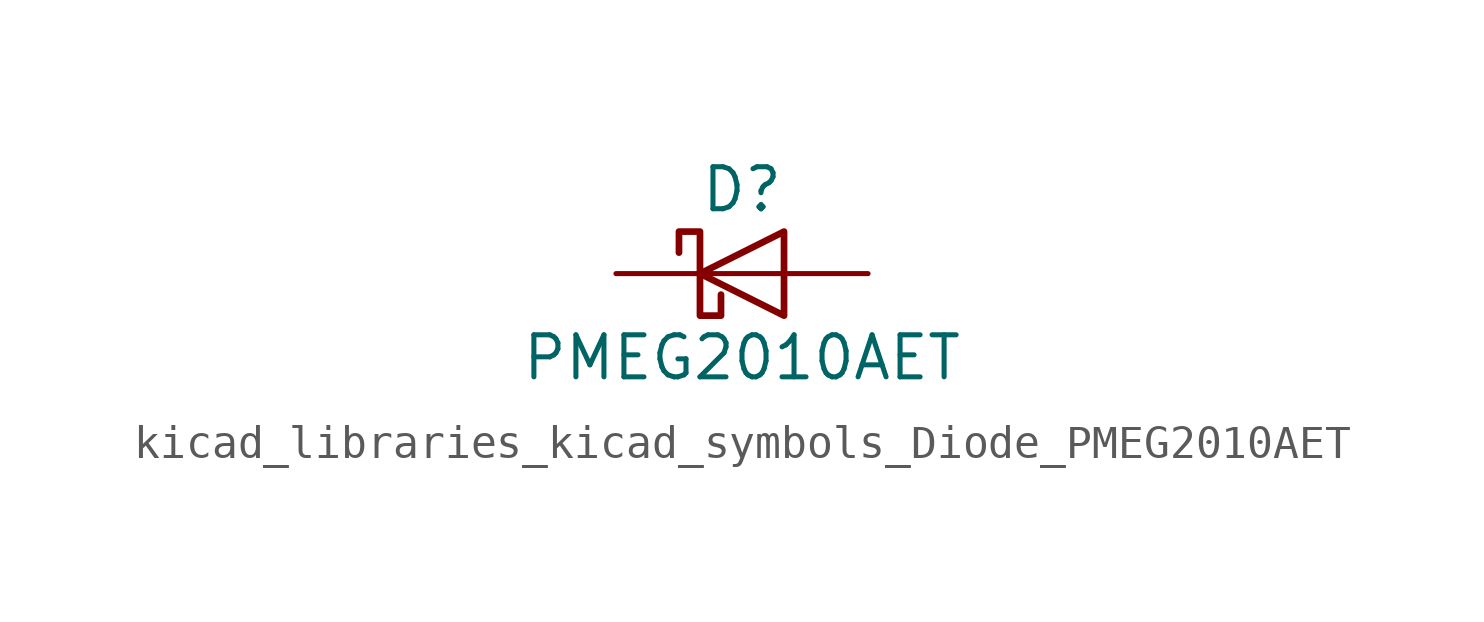
<source format=kicad_sym>
(kicad_symbol_lib
  (version 20220914)
  (generator kicad_symbol_editor)
  (symbol "kicad_libraries_kicad_symbols_Diode_PMEG2010AET"
    (pin_numbers hide)
    (pin_names hide)
    (property "Reference" "D"
      (at 0 2.54 0)
      (effects (font (size 1.27 1.27))))
    (property "Value" "PMEG2010AET"
      (at 0 -2.54 0)
      (effects (font (size 1.27 1.27))))
    (symbol "kicad_libraries_kicad_symbols_Diode_PMEG2010AET_0_1"
      (polyline (pts (xy 1.27 0) (xy -1.27 0)) (stroke (width 0) (type default)) (fill (type none)))
      (polyline (pts (xy 1.27 -1.27) (xy 1.27 1.27) (xy -1.27 0) (xy 1.27 -1.27)) (stroke (width 0.203) (type default)) (fill (type none)))
      (polyline (pts (xy -1.905 0.635) (xy -1.905 1.27) (xy -1.27 1.27) (xy -1.27 -1.27) (xy -0.635 -1.27) (xy -0.635 -0.635)) (stroke (width 0.203) (type default)) (fill (type none))))
    (symbol "kicad_libraries_kicad_symbols_Diode_PMEG2010AET_1_1"
      (pin passive line (at 3.81 0 180) (length 2.54) (name "A" (effects (font (size 1.27 1.27)))) (number "1" (effects (font (size 1.27 1.27)))))
      (pin no_connect line (at 0 0 180) (length 2.54) hide (name "NC" (effects (font (size 1.27 1.27)))) (number "2" (effects (font (size 1.27 1.27)))))
      (pin passive line (at -3.81 0 0) (length 2.54) (name "K" (effects (font (size 1.27 1.27)))) (number "3" (effects (font (size 1.27 1.27))))))))
</source>
